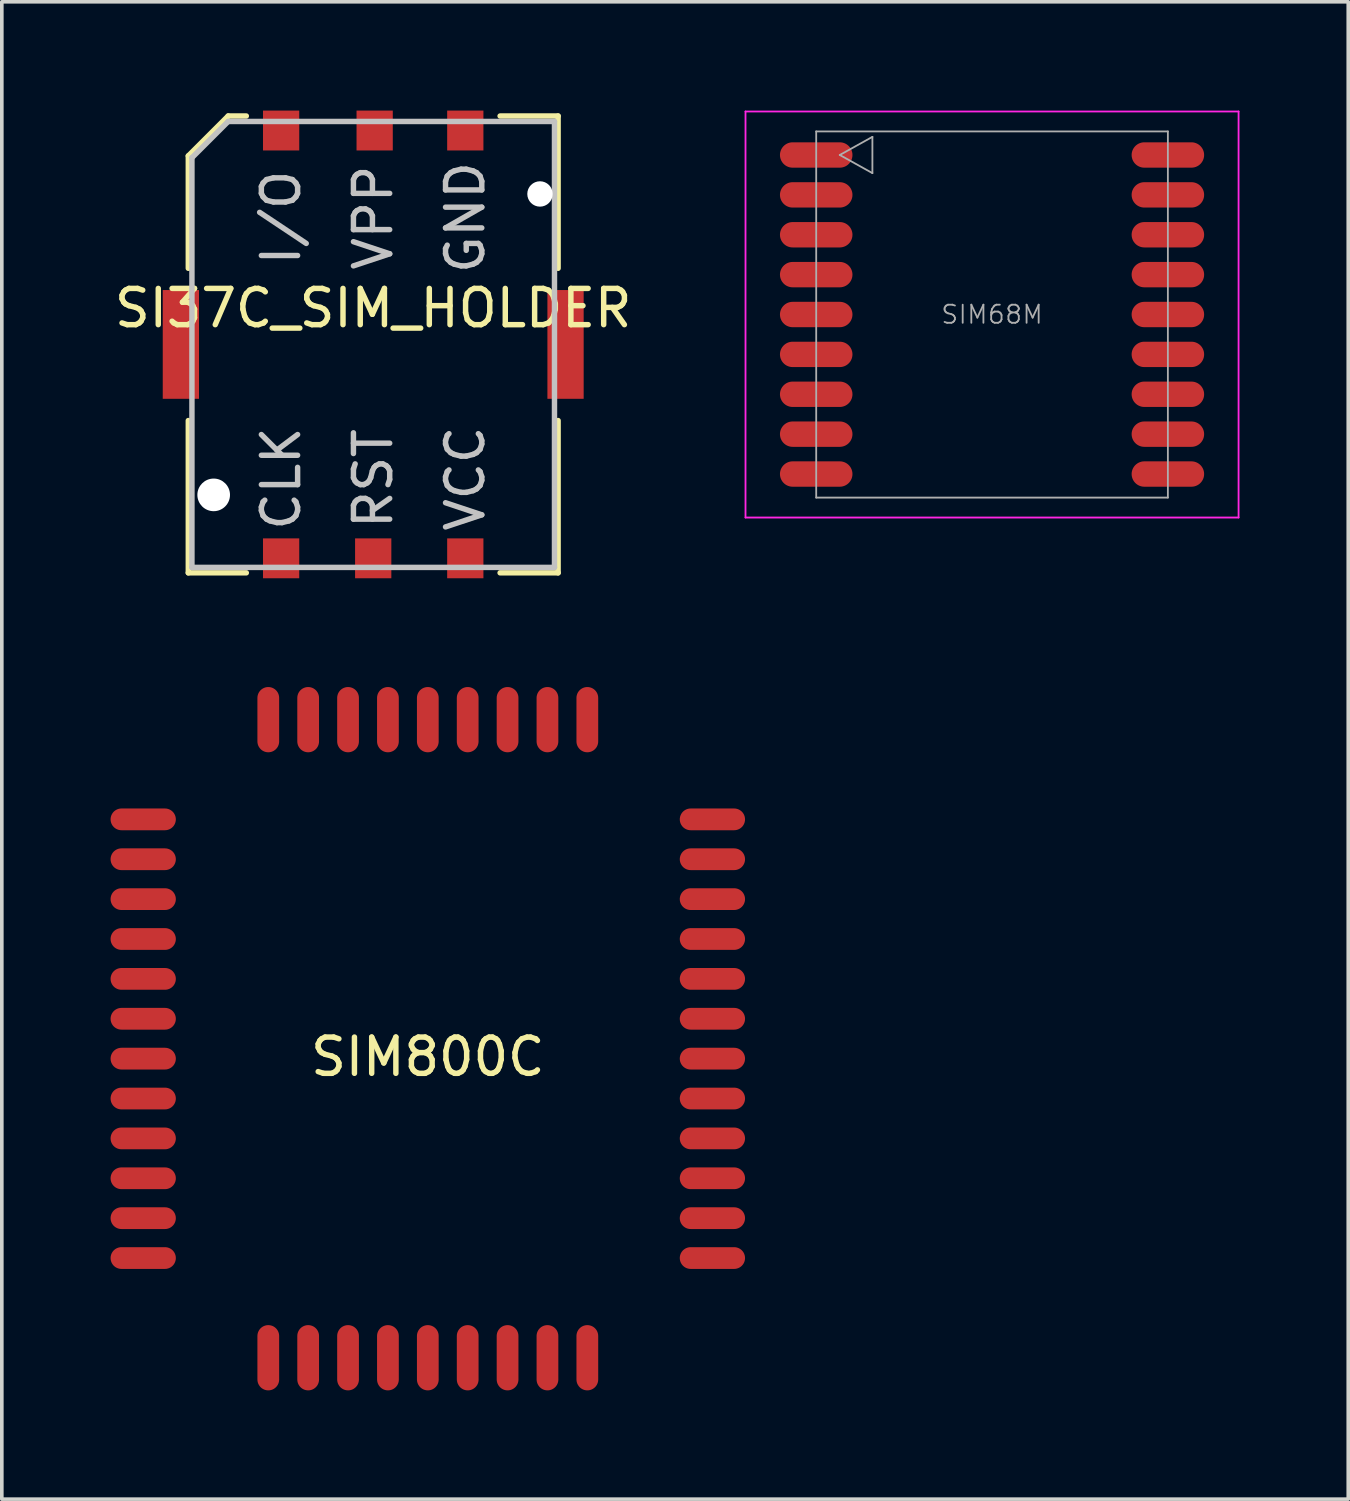
<source format=kicad_pcb>
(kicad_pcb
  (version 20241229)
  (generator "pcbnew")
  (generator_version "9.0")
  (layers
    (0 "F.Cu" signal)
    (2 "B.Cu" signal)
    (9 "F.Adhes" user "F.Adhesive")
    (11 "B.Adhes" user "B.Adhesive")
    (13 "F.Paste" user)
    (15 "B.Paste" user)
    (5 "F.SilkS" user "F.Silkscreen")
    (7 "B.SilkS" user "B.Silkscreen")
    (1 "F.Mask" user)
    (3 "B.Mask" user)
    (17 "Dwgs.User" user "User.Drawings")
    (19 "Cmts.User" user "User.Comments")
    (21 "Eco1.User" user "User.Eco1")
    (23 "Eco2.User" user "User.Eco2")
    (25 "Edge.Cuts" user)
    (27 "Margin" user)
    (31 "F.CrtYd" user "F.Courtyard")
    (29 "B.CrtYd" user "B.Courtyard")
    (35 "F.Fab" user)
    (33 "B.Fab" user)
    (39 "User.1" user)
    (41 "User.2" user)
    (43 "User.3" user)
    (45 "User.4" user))
  (footprint "SIM800C"
    (layer "F.Cu")
    (at 8.75 25.6)
    (property "Reference" "SIM800C" (at 0 0.5 0) (layer "F.SilkS") (effects (font (size 1 1) (thickness 0.15))))
    (attr through_hole)
    (pad "1" smd oval (at -7.85 -6.05) (size 1.8 0.6) (layers "F.Cu" "F.Mask" "F.Paste"))
    (pad "2" smd oval (at -7.85 -4.95) (size 1.8 0.6) (layers "F.Cu" "F.Mask" "F.Paste"))
    (pad "3" smd oval (at -7.85 -3.85) (size 1.8 0.6) (layers "F.Cu" "F.Mask" "F.Paste"))
    (pad "4" smd oval (at -7.85 -2.75) (size 1.8 0.6) (layers "F.Cu" "F.Mask" "F.Paste"))
    (pad "5" smd oval (at -7.85 -1.65) (size 1.8 0.6) (layers "F.Cu" "F.Mask" "F.Paste"))
    (pad "6" smd oval (at -7.85 -0.55) (size 1.8 0.6) (layers "F.Cu" "F.Mask" "F.Paste"))
    (pad "7" smd oval (at -7.85 0.55) (size 1.8 0.6) (layers "F.Cu" "F.Mask" "F.Paste"))
    (pad "8" smd oval (at -7.85 1.65) (size 1.8 0.6) (layers "F.Cu" "F.Mask" "F.Paste"))
    (pad "9" smd oval (at -7.85 2.75) (size 1.8 0.6) (layers "F.Cu" "F.Mask" "F.Paste"))
    (pad "10" smd oval (at -7.85 3.85) (size 1.8 0.6) (layers "F.Cu" "F.Mask" "F.Paste"))
    (pad "11" smd oval (at -7.85 4.95) (size 1.8 0.6) (layers "F.Cu" "F.Mask" "F.Paste"))
    (pad "12" smd oval (at -7.85 6.05) (size 1.8 0.6) (layers "F.Cu" "F.Mask" "F.Paste"))
    (pad "22" smd oval (at 7.85 6.05) (size 1.8 0.6) (layers "F.Cu" "F.Mask" "F.Paste"))
    (pad "23" smd oval (at 7.85 4.95) (size 1.8 0.6) (layers "F.Cu" "F.Mask" "F.Paste"))
    (pad "24" smd oval (at 7.85 3.85) (size 1.8 0.6) (layers "F.Cu" "F.Mask" "F.Paste"))
    (pad "25" smd oval (at 7.85 2.75) (size 1.8 0.6) (layers "F.Cu" "F.Mask" "F.Paste"))
    (pad "26" smd oval (at 7.85 1.65) (size 1.8 0.6) (layers "F.Cu" "F.Mask" "F.Paste"))
    (pad "27" smd oval (at 7.85 0.55) (size 1.8 0.6) (layers "F.Cu" "F.Mask" "F.Paste"))
    (pad "28" smd oval (at 7.85 -0.55) (size 1.8 0.6) (layers "F.Cu" "F.Mask" "F.Paste"))
    (pad "29" smd oval (at 7.85 -1.65) (size 1.8 0.6) (layers "F.Cu" "F.Mask" "F.Paste"))
    (pad "30" smd oval (at 7.85 -2.75) (size 1.8 0.6) (layers "F.Cu" "F.Mask" "F.Paste"))
    (pad "31" smd oval (at 7.85 -3.85) (size 1.8 0.6) (layers "F.Cu" "F.Mask" "F.Paste"))
    (pad "32" smd oval (at 7.85 -4.95) (size 1.8 0.6) (layers "F.Cu" "F.Mask" "F.Paste"))
    (pad "33" smd oval (at 7.85 -6.05) (size 1.8 0.6) (layers "F.Cu" "F.Mask" "F.Paste"))
    (pad "42" smd oval (at -4.4 -8.8 90) (size 1.8 0.6) (layers "F.Cu" "F.Mask" "F.Paste"))
    (pad "42" smd oval (at -3.3 -8.8 90) (size 1.8 0.6) (layers "F.Cu" "F.Mask" "F.Paste"))
    (pad "42" smd oval (at -2.2 -8.8 90) (size 1.8 0.6) (layers "F.Cu" "F.Mask" "F.Paste"))
    (pad "42" smd oval (at -1.1 -8.8 90) (size 1.8 0.6) (layers "F.Cu" "F.Mask" "F.Paste"))
    (pad "42" smd oval (at 0 -8.8 90) (size 1.8 0.6) (layers "F.Cu" "F.Mask" "F.Paste"))
    (pad "42" smd oval (at 1.1 -8.8 90) (size 1.8 0.6) (layers "F.Cu" "F.Mask" "F.Paste"))
    (pad "42" smd oval (at 2.2 -8.8 90) (size 1.8 0.6) (layers "F.Cu" "F.Mask" "F.Paste"))
    (pad "42" smd oval (at 3.3 -8.8 90) (size 1.8 0.6) (layers "F.Cu" "F.Mask" "F.Paste"))
    (pad "42" smd oval (at 4.4 -8.8 90) (size 1.8 0.6) (layers "F.Cu" "F.Mask" "F.Paste"))
    (pad "43" smd oval (at -4.4 8.8 90) (size 1.8 0.6) (layers "F.Cu" "F.Mask" "F.Paste"))
    (pad "43" smd oval (at -3.3 8.8 90) (size 1.8 0.6) (layers "F.Cu" "F.Mask" "F.Paste"))
    (pad "43" smd oval (at -2.2 8.8 90) (size 1.8 0.6) (layers "F.Cu" "F.Mask" "F.Paste"))
    (pad "43" smd oval (at -1.1 8.8 90) (size 1.8 0.6) (layers "F.Cu" "F.Mask" "F.Paste"))
    (pad "43" smd oval (at 0 8.8 90) (size 1.8 0.6) (layers "F.Cu" "F.Mask" "F.Paste"))
    (pad "43" smd oval (at 1.1 8.8 90) (size 1.8 0.6) (layers "F.Cu" "F.Mask" "F.Paste"))
    (pad "43" smd oval (at 2.2 8.8 90) (size 1.8 0.6) (layers "F.Cu" "F.Mask" "F.Paste"))
    (pad "43" smd oval (at 3.3 8.8 90) (size 1.8 0.6) (layers "F.Cu" "F.Mask" "F.Paste"))
    (pad "43" smd oval (at 4.4 8.8 90) (size 1.8 0.6) (layers "F.Cu" "F.Mask" "F.Paste")))
  (footprint "SI37C_SIM_HOLDER"
    (layer "F.Cu")
    (at 7.244 6.45)
    (property "Reference" "SI37C_SIM_HOLDER" (at 0 -1 0) (layer "F.SilkS") (effects (font (size 1 1) (thickness 0.15))))
    (attr through_hole)
    (fp_line (start -5.1 -5.2) (end -4 -6.3) (stroke (width 0.15) (type solid)) (layer "F.SilkS"))
    (fp_line (start -5.1 -2.1) (end -5.1 -5.2) (stroke (width 0.15) (type solid)) (layer "F.SilkS"))
    (fp_line (start -5.1 6.3) (end -5.1 2.1) (stroke (width 0.15) (type solid)) (layer "F.SilkS"))
    (fp_line (start -4 -6.3) (end -3.5 -6.3) (stroke (width 0.15) (type solid)) (layer "F.SilkS"))
    (fp_line (start -3.5 6.3) (end -5.1 6.3) (stroke (width 0.15) (type solid)) (layer "F.SilkS"))
    (fp_line (start 3.5 -6.3) (end 5.1 -6.3) (stroke (width 0.15) (type solid)) (layer "F.SilkS"))
    (fp_line (start 3.5 6.3) (end 5.1 6.3) (stroke (width 0.15) (type solid)) (layer "F.SilkS"))
    (fp_line (start 5.1 -6.3) (end 5.1 -2.1) (stroke (width 0.15) (type solid)) (layer "F.SilkS"))
    (fp_line (start 5.1 6.3) (end 5.1 2.1) (stroke (width 0.15) (type solid)) (layer "F.SilkS"))
    (fp_line (start -5 -5.15) (end -4 -6.15) (stroke (width 0.15) (type solid)) (layer "Dwgs.User"))
    (fp_line (start -5 6.15) (end -5 -5.15) (stroke (width 0.15) (type solid)) (layer "Dwgs.User"))
    (fp_line (start -4 -6.15) (end 5 -6.15) (stroke (width 0.15) (type solid)) (layer "Dwgs.User"))
    (fp_line (start 5 6.15) (end -5 6.15) (stroke (width 0.15) (type solid)) (layer "Dwgs.User"))
    (fp_line (start 5 6.15) (end 5 -6.15) (stroke (width 0.15) (type solid)) (layer "Dwgs.User"))
    (fp_text user "VPP" (at 0 -3.5 90) (layer "Dwgs.User") (effects (font (size 1 1) (thickness 0.15))))
    (fp_text user "RST" (at 0 3.7 90) (layer "Dwgs.User") (effects (font (size 1 1) (thickness 0.15))))
    (fp_text user "I/O" (at -2.54 -3.5 90) (layer "Dwgs.User") (effects (font (size 1 1) (thickness 0.15))))
    (fp_text user "VCC" (at 2.54 3.7 90) (layer "Dwgs.User") (effects (font (size 1 1) (thickness 0.15))))
    (fp_text user "GND" (at 2.54 -3.5 90) (layer "Dwgs.User") (effects (font (size 1 1) (thickness 0.15))))
    (fp_text user "CLK" (at -2.54 3.7 90) (layer "Dwgs.User") (effects (font (size 1 1) (thickness 0.15))))
    (pad "" np_thru_hole circle (at -4.4 4.15) (size 0.9 0.9) (drill 0.9) (layers "*.Cu" "*.Mask"))
    (pad "" np_thru_hole circle (at 4.6 -4.15) (size 0.7 0.7) (drill 0.7) (layers "*.Cu" "*.Mask"))
    (pad "1" smd rect (at 2.54 5.9) (size 1 1.1) (layers "F.Cu" "F.Mask" "F.Paste"))
    (pad "2" smd rect (at 0 5.9) (size 1 1.1) (layers "F.Cu" "F.Mask" "F.Paste"))
    (pad "3" smd rect (at -2.54 5.9) (size 1 1.1) (layers "F.Cu" "F.Mask" "F.Paste"))
    (pad "4" smd rect (at 5.305 0) (size 1 3) (layers "F.Cu" "F.Mask" "F.Paste"))
    (pad "5" smd rect (at 2.54 -5.9) (size 1 1.1) (layers "F.Cu" "F.Mask" "F.Paste"))
    (pad "6" smd rect (at 0.04 -5.9) (size 1 1.1) (layers "F.Cu" "F.Mask" "F.Paste"))
    (pad "7" smd rect (at -2.54 -5.9) (size 1 1.1) (layers "F.Cu" "F.Mask" "F.Paste"))
    (pad "8" smd rect (at -5.305 0) (size 1 3) (layers "F.Cu" "F.Mask" "F.Paste")))
  (footprint "SIM68M"
    (layer "F.Cu")
    (at 24.313 5.625)
    (property "Reference" "SIM68M" (at 0 0 0) (layer "F.Fab") (effects (font (size 0.5 0.5) (thickness 0.05))))
    (attr through_hole)
    (fp_line (start -6.8 -5.6) (end 6.8 -5.6) (stroke (width 0.05) (type solid)) (layer "F.CrtYd"))
    (fp_line (start -6.8 5.6) (end -6.8 -5.6) (stroke (width 0.05) (type solid)) (layer "F.CrtYd"))
    (fp_line (start 6.8 -5.6) (end 6.8 5.6) (stroke (width 0.05) (type solid)) (layer "F.CrtYd"))
    (fp_line (start 6.8 5.6) (end -6.8 5.6) (stroke (width 0.05) (type solid)) (layer "F.CrtYd"))
    (fp_line (start -4.85 -5.05) (end -4.85 5.05) (stroke (width 0.05) (type solid)) (layer "F.Fab"))
    (fp_line (start -4.85 5.05) (end 4.85 5.05) (stroke (width 0.05) (type solid)) (layer "F.Fab"))
    (fp_line (start -4.2 -4.4) (end -3.3 -4.9) (stroke (width 0.05) (type solid)) (layer "F.Fab"))
    (fp_line (start -3.3 -4.9) (end -3.3 -3.9) (stroke (width 0.05) (type solid)) (layer "F.Fab"))
    (fp_line (start -3.3 -3.9) (end -4.2 -4.4) (stroke (width 0.05) (type solid)) (layer "F.Fab"))
    (fp_line (start 4.85 -5.05) (end -4.85 -5.05) (stroke (width 0.05) (type solid)) (layer "F.Fab"))
    (fp_line (start 4.85 5.05) (end 4.85 -5.05) (stroke (width 0.05) (type solid)) (layer "F.Fab"))
    (fp_text user "RXD0" (at -3.5 -2.2 0) (layer "Eco2.User") (effects (font (size 0.5 0.5) (thickness 0.05))))
    (fp_text user "NRESET" (at -3.1 4.4 0) (layer "Eco2.User") (effects (font (size 0.5 0.5) (thickness 0.05))))
    (fp_text user "TXD0" (at -3.6 -3.3 0) (layer "Eco2.User") (effects (font (size 0.5 0.5) (thickness 0.05))))
    (fp_text user "V_BACKUP" (at -2.6 1.1 0) (layer "Eco2.User") (effects (font (size 0.5 0.5) (thickness 0.05))))
    (fp_text user "GND" (at 3.7 4.4 0) (layer "Eco2.User") (effects (font (size 0.5 0.5) (thickness 0.05))))
    (fp_text user "EXTINT" (at -3.3 0 0) (layer "Eco2.User") (effects (font (size 0.5 0.5) (thickness 0.05))))
    (fp_text user "NC" (at -4.1 2.2 0) (layer "Eco2.User") (effects (font (size 0.5 0.5) (thickness 0.05))))
    (fp_text user "TXD1/SDA" (at 2.5 -2.2 0) (layer "Eco2.User") (effects (font (size 0.5 0.5) (thickness 0.05))))
    (fp_text user "ANTON" (at 3.3 1.1 0) (layer "Eco2.User") (effects (font (size 0.5 0.5) (thickness 0.05))))
    (fp_text user "GNSS_ANT" (at 2.6 3.3 0) (layer "Eco2.User") (effects (font (size 0.5 0.5) (thickness 0.05))))
    (fp_text user "GND" (at 3.7 2.2 0) (layer "Eco2.User") (effects (font (size 0.5 0.5) (thickness 0.05))))
    (fp_text user "RXD1/SCL" (at 2.5 -3.3 0) (layer "Eco2.User") (effects (font (size 0.5 0.5) (thickness 0.05))))
    (fp_text user "FORCE_ON" (at 2.6 -4.4 0) (layer "Eco2.User") (effects (font (size 0.5 0.5) (thickness 0.05))))
    (fp_text user "GND" (at -3.8 -4.4 0) (layer "Eco2.User") (effects (font (size 0.5 0.5) (thickness 0.05))))
    (fp_text user "VCC_RF" (at 3.1 0 0) (layer "Eco2.User") (effects (font (size 0.5 0.5) (thickness 0.05))))
    (fp_text user "VCC" (at -3.8 3.3 0) (layer "Eco2.User") (effects (font (size 0.5 0.5) (thickness 0.05))))
    (fp_text user "NC" (at 3.9 -1.1 0) (layer "Eco2.User") (effects (font (size 0.5 0.5) (thickness 0.05))))
    (fp_text user "TIMEMARK" (at -2.7 -1.1 0) (layer "Eco2.User") (effects (font (size 0.5 0.5) (thickness 0.05))))
    (pad "1" smd oval (at -4.85 -4.4) (size 2 0.7) (layers "F.Cu" "F.Mask" "F.Paste"))
    (pad "2" smd oval (at -4.85 -3.3) (size 2 0.7) (layers "F.Cu" "F.Mask" "F.Paste"))
    (pad "3" smd oval (at -4.85 -2.2) (size 2 0.7) (layers "F.Cu" "F.Mask" "F.Paste"))
    (pad "4" smd oval (at -4.85 -1.1) (size 2 0.7) (layers "F.Cu" "F.Mask" "F.Paste"))
    (pad "5" smd oval (at -4.85 0) (size 2 0.7) (layers "F.Cu" "F.Mask" "F.Paste"))
    (pad "6" smd oval (at -4.85 1.1) (size 2 0.7) (layers "F.Cu" "F.Mask" "F.Paste"))
    (pad "7" smd oval (at -4.85 2.2) (size 2 0.7) (layers "F.Cu" "F.Mask" "F.Paste"))
    (pad "8" smd oval (at -4.85 3.3) (size 2 0.7) (layers "F.Cu" "F.Mask" "F.Paste"))
    (pad "9" smd oval (at -4.85 4.4) (size 2 0.7) (layers "F.Cu" "F.Mask" "F.Paste"))
    (pad "10" smd oval (at 4.85 4.4) (size 2 0.7) (layers "F.Cu" "F.Mask" "F.Paste"))
    (pad "11" smd oval (at 4.85 3.3) (size 2 0.7) (layers "F.Cu" "F.Mask" "F.Paste"))
    (pad "12" smd oval (at 4.85 2.2) (size 2 0.7) (layers "F.Cu" "F.Mask" "F.Paste"))
    (pad "13" smd oval (at 4.85 1.1) (size 2 0.7) (layers "F.Cu" "F.Mask" "F.Paste"))
    (pad "14" smd oval (at 4.85 0) (size 2 0.7) (layers "F.Cu" "F.Mask" "F.Paste"))
    (pad "15" smd oval (at 4.85 -1.1) (size 2 0.7) (layers "F.Cu" "F.Mask" "F.Paste"))
    (pad "16" smd oval (at 4.85 -2.2) (size 2 0.7) (layers "F.Cu" "F.Mask" "F.Paste"))
    (pad "17" smd oval (at 4.85 -3.3) (size 2 0.7) (layers "F.Cu" "F.Mask" "F.Paste"))
    (pad "18" smd oval (at 4.85 -4.4) (size 2 0.7) (layers "F.Cu" "F.Mask" "F.Paste")))
  (gr_rect
    (start -3 -3)
    (end 34.138 38.3)
    (stroke (width 0.1) (type default))
    (fill no)
    (layer "Edge.Cuts")))
</source>
